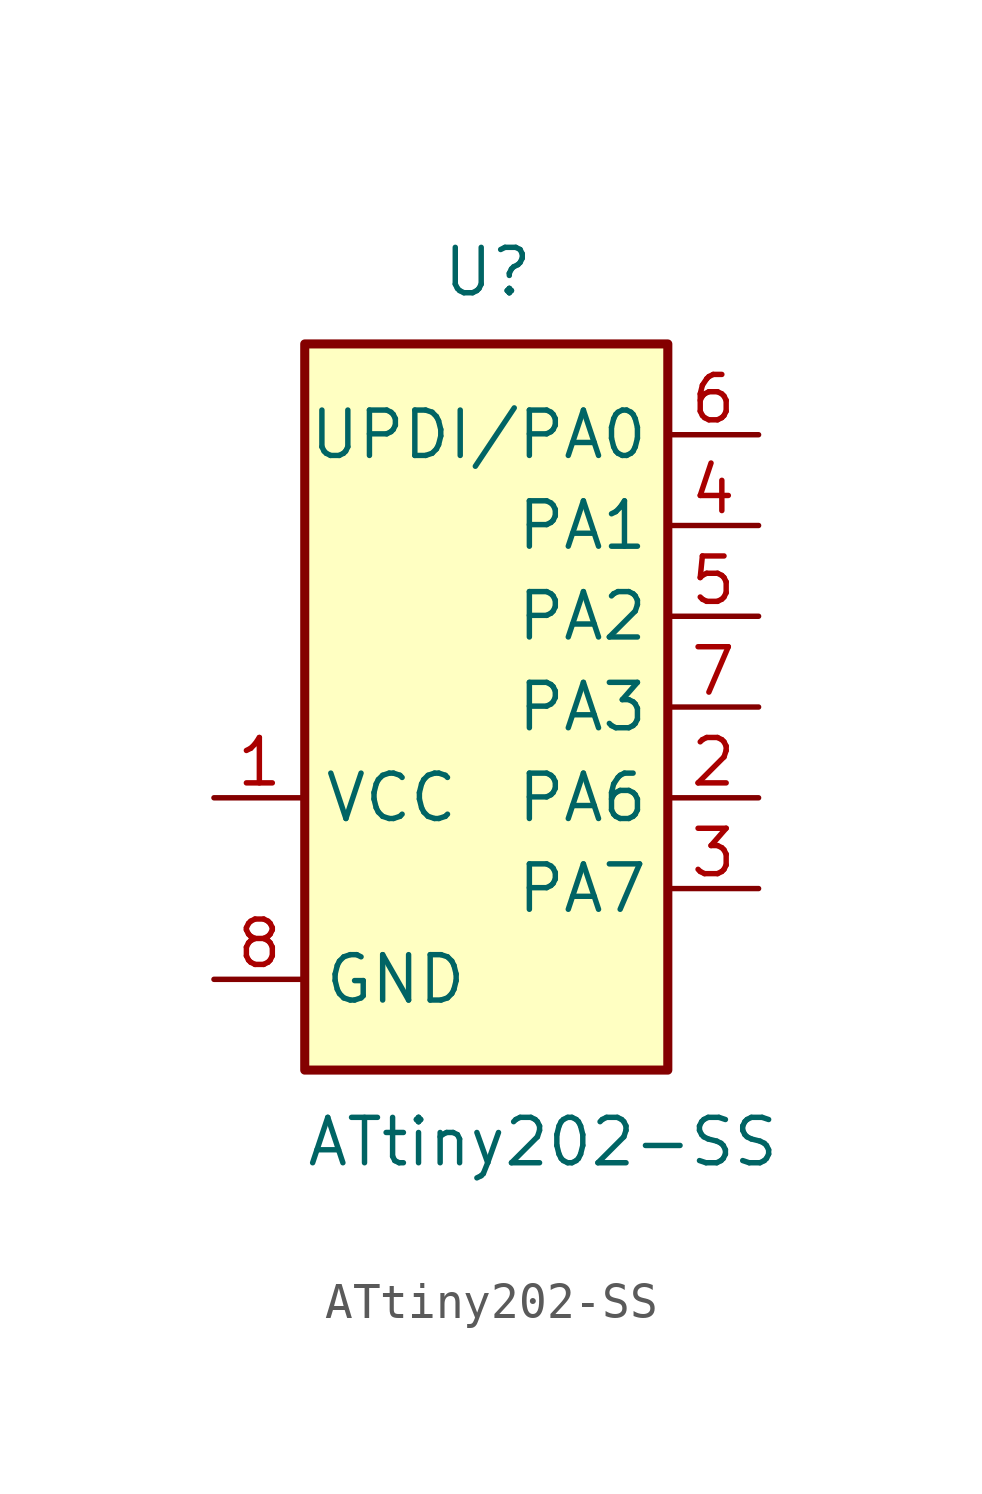
<source format=kicad_sym>
(kicad_symbol_lib
  (version 20211014)
  (generator kicad_symbol_editor)
  (symbol "ATtiny202-SS"
    (property "Reference" "U"
      (at -1.27 11.43 0)
      (effects (font (size 1.27 1.27)) (justify left bottom)))
    (property "Value" "ATtiny202-SS"
      (at -5.08 -11.43 0)
      (effects (font (size 1.27 1.27)) (justify left top)))
    (symbol "ATtiny202-SS_0_1"
      (rectangle (start -5.08 -10.16) (end 5.08 10.16) (stroke (width 0.254) (type default) (color 0 0 0 0)) (fill (type background))))
    (symbol "ATtiny202-SS_1_1"
      (pin power_in line (at -7.62 -2.54 0) (length 2.54) (name "VCC" (effects (font (size 1.27 1.27)))) (number "1" (effects (font (size 1.27 1.27)))))
      (pin input line (at 7.62 -2.54 180) (length 2.54) (name "PA6" (effects (font (size 1.27 1.27)))) (number "2" (effects (font (size 1.27 1.27)))))
      (pin output line (at 7.62 -5.08 180) (length 2.54) (name "PA7" (effects (font (size 1.27 1.27)))) (number "3" (effects (font (size 1.27 1.27)))))
      (pin output line (at 7.62 5.08 180) (length 2.54) (name "PA1" (effects (font (size 1.27 1.27)))) (number "4" (effects (font (size 1.27 1.27)))))
      (pin input line (at 7.62 2.54 180) (length 2.54) (name "PA2" (effects (font (size 1.27 1.27)))) (number "5" (effects (font (size 1.27 1.27)))))
      (pin bidirectional line (at 7.62 7.62 180) (length 2.54) (name "UPDI/PA0" (effects (font (size 1.27 1.27)))) (number "6" (effects (font (size 1.27 1.27)))))
      (pin output line (at 7.62 0 180) (length 2.54) (name "PA3" (effects (font (size 1.27 1.27)))) (number "7" (effects (font (size 1.27 1.27)))))
      (pin power_in line (at -7.62 -7.62 0) (length 2.54) (name "GND" (effects (font (size 1.27 1.27)))) (number "8" (effects (font (size 1.27 1.27))))))))
</source>
